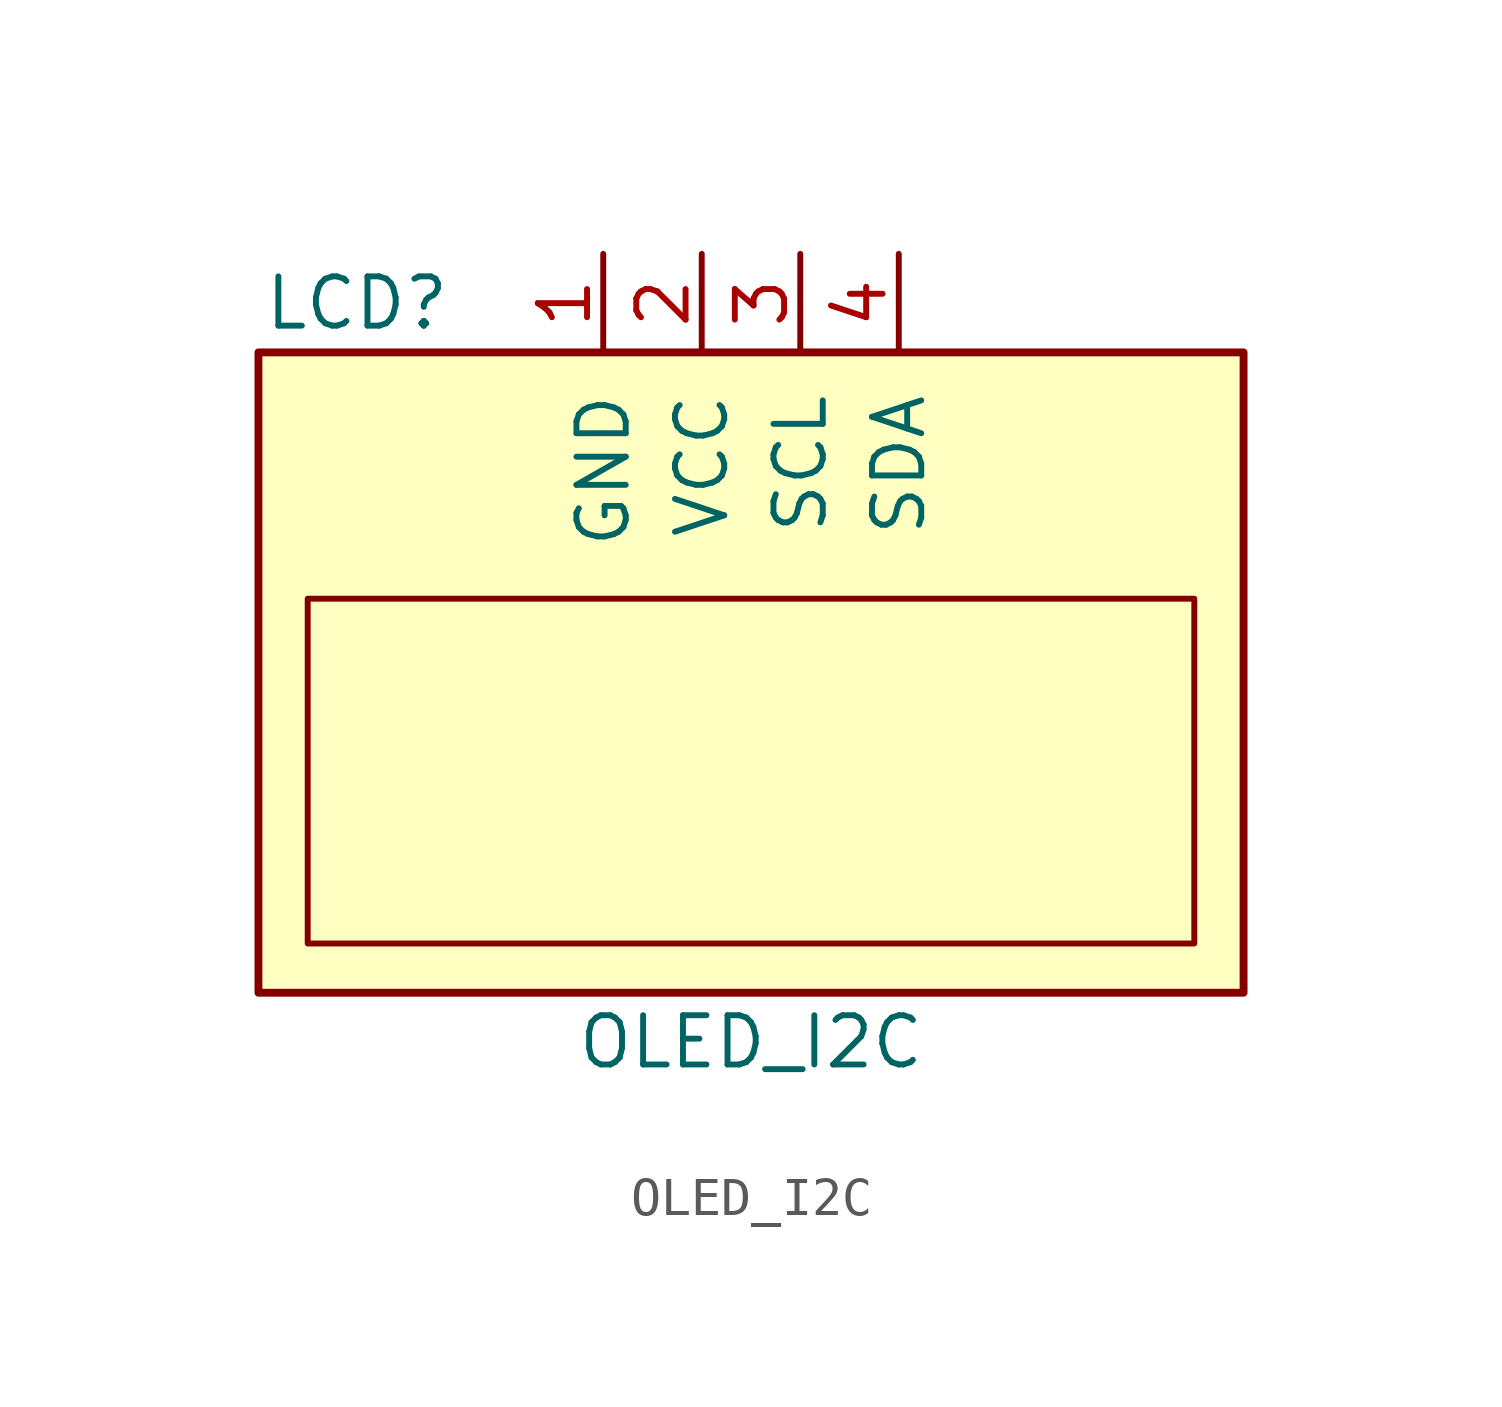
<source format=kicad_sym>
(kicad_symbol_lib
  (version 20211014)
  (generator kicad_symbol_editor)
  (symbol "OLED_I2C"
    (pin_names
      (offset 1.016))
    (property "Reference" "LCD"
      (at -10.16 11.43 0)
      (effects (font (size 1.27 1.27))))
    (property "Value" "OLED_I2C"
      (at 0 -7.62 0)
      (effects (font (size 1.27 1.27))))
    (symbol "OLED_I2C_0_1"
      (rectangle (start -12.7 10.16) (end 12.7 -6.35) (stroke (width 0.203) (type default) (color 0 0 0 0)) (fill (type background)))
      (rectangle (start -11.43 3.81) (end 11.43 -5.08) (stroke (width 0) (type default) (color 0 0 0 0)) (fill (type none))))
    (symbol "OLED_I2C_1_1"
      (pin power_in line (at -3.81 12.7 270) (length 2.54) (name "GND" (effects (font (size 1.27 1.27)))) (number "1" (effects (font (size 1.27 1.27)))))
      (pin power_in line (at -1.27 12.7 270) (length 2.54) (name "VCC" (effects (font (size 1.27 1.27)))) (number "2" (effects (font (size 1.27 1.27)))))
      (pin passive line (at 1.27 12.7 270) (length 2.54) (name "SCL" (effects (font (size 1.27 1.27)))) (number "3" (effects (font (size 1.27 1.27)))))
      (pin passive line (at 3.81 12.7 270) (length 2.54) (name "SDA" (effects (font (size 1.27 1.27)))) (number "4" (effects (font (size 1.27 1.27))))))))
</source>
